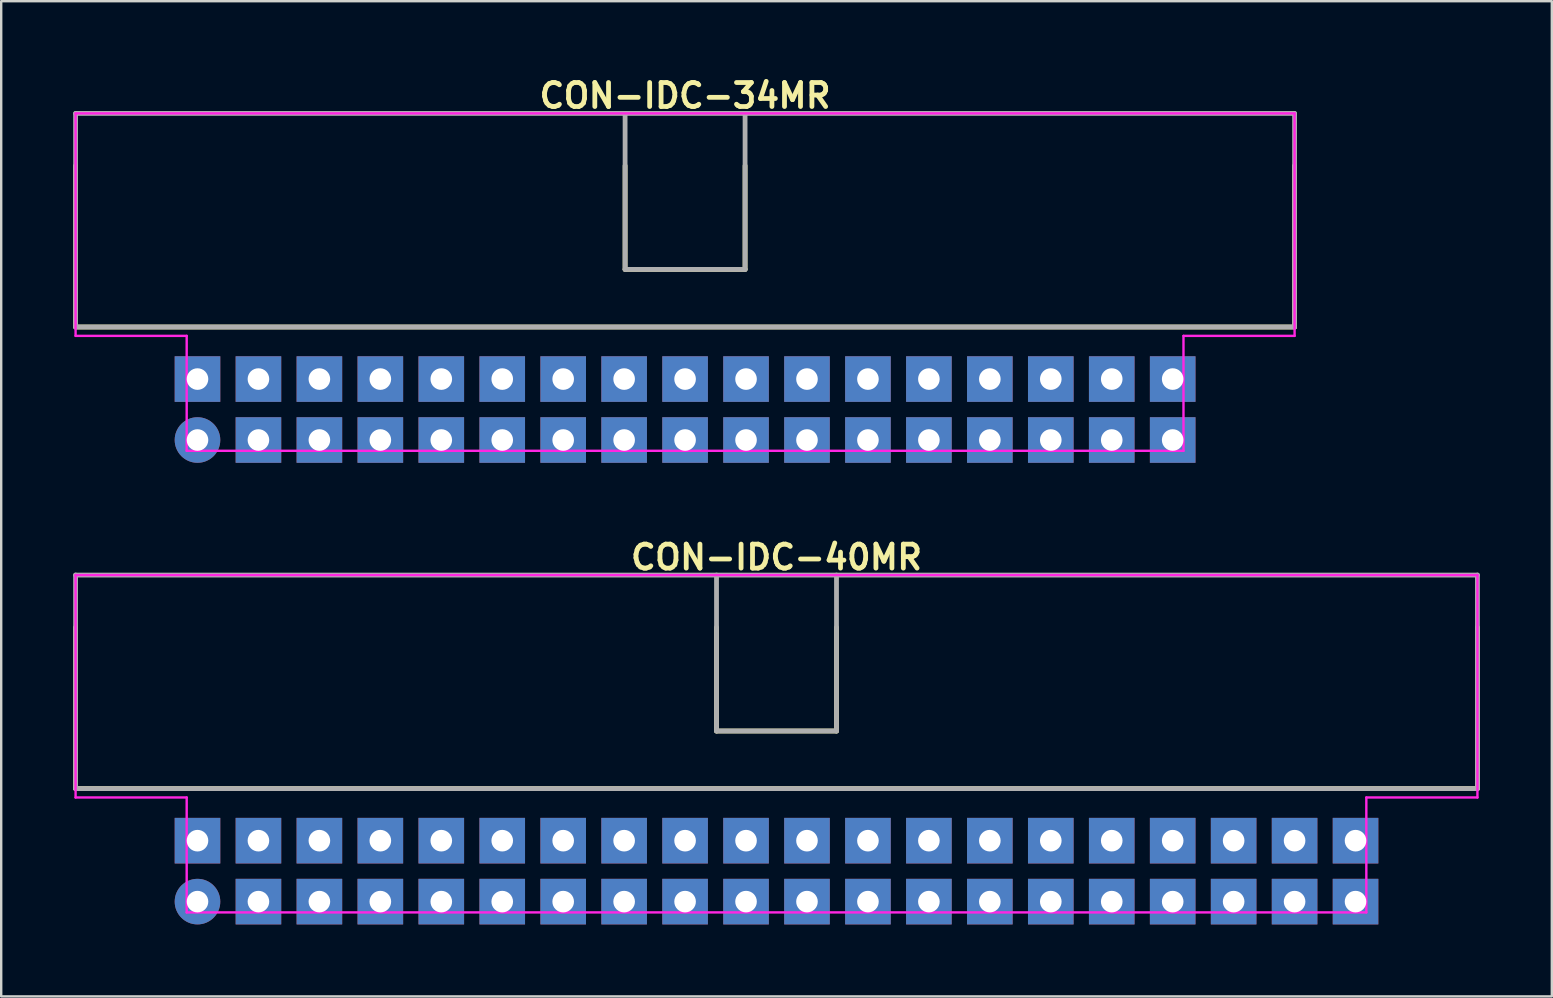
<source format=kicad_pcb>
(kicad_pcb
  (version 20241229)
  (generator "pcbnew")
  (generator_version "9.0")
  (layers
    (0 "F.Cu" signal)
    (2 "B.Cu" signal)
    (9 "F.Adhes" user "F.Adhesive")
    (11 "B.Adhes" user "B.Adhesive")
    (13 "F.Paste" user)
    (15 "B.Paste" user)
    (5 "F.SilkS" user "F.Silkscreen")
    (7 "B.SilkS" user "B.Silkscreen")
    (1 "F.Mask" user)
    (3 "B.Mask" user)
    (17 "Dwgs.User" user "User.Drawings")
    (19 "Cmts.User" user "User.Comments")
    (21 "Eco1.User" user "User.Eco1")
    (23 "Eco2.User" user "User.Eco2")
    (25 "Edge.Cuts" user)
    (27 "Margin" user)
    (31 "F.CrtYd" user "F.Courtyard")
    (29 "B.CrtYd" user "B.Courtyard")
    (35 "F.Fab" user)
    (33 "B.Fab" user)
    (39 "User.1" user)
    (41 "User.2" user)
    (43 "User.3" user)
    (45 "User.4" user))
  (footprint "CON-IDC-40MR"
    (layer "F.Cu")
    (at 29.31 33.254)
    (property "Reference" "CON-IDC-40MR" (at 0 -13.081 0) (layer "F.SilkS") (effects (font (size 1 1) (thickness 0.2))))
    (attr through_hole)
    (fp_line (start -29.21 -10.16) (end -29.21 -3.44) (stroke (width 0.2) (type solid)) (layer "F.SilkS"))
    (fp_line (start -29.21 -3.44) (end 29.21 -3.44) (stroke (width 0.2) (type solid)) (layer "F.SilkS"))
    (fp_line (start -2.5 -10.16) (end -2.5 -5.84) (stroke (width 0.2) (type solid)) (layer "F.SilkS"))
    (fp_line (start -2.5 -5.84) (end 2.5 -5.84) (stroke (width 0.2) (type solid)) (layer "F.SilkS"))
    (fp_line (start 2.5 -10.16) (end 2.5 -5.84) (stroke (width 0.2) (type solid)) (layer "F.SilkS"))
    (fp_line (start 29.21 -10.16) (end 29.21 -3.44) (stroke (width 0.2) (type solid)) (layer "F.SilkS"))
    (fp_line (start -29.21 -12.34) (end -29.21 -3.07) (stroke (width 0.1) (type solid)) (layer "F.CrtYd"))
    (fp_line (start -29.21 -12.34) (end 29.21 -12.34) (stroke (width 0.1) (type solid)) (layer "F.CrtYd"))
    (fp_line (start -29.21 -3.07) (end -24.58 -3.07) (stroke (width 0.1) (type solid)) (layer "F.CrtYd"))
    (fp_line (start -24.58 -3.07) (end -24.58 1.72) (stroke (width 0.1) (type solid)) (layer "F.CrtYd"))
    (fp_line (start -24.58 1.72) (end 24.58 1.72) (stroke (width 0.1) (type solid)) (layer "F.CrtYd"))
    (fp_line (start 24.58 -3.07) (end 24.58 1.72) (stroke (width 0.1) (type solid)) (layer "F.CrtYd"))
    (fp_line (start 24.58 -3.07) (end 29.21 -3.07) (stroke (width 0.1) (type solid)) (layer "F.CrtYd"))
    (fp_line (start 29.21 -12.34) (end 29.21 -3.07) (stroke (width 0.1) (type solid)) (layer "F.CrtYd"))
    (fp_line (start -29.21 -12.34) (end -29.21 -3.44) (stroke (width 0.2) (type solid)) (layer "F.Fab"))
    (fp_line (start -29.21 -12.34) (end 29.21 -12.34) (stroke (width 0.2) (type solid)) (layer "F.Fab"))
    (fp_line (start -29.21 -3.44) (end 29.21 -3.44) (stroke (width 0.2) (type solid)) (layer "F.Fab"))
    (fp_line (start -2.5 -12.34) (end -2.5 -5.84) (stroke (width 0.2) (type solid)) (layer "F.Fab"))
    (fp_line (start -2.5 -5.84) (end 2.5 -5.84) (stroke (width 0.2) (type solid)) (layer "F.Fab"))
    (fp_line (start 2.5 -12.34) (end 2.5 -5.84) (stroke (width 0.2) (type solid)) (layer "F.Fab"))
    (fp_line (start 29.21 -12.34) (end 29.21 -3.44) (stroke (width 0.2) (type solid)) (layer "F.Fab"))
    (pad "1" thru_hole circle (at -24.13 1.27) (size 1.9 1.9) (drill 0.9) (layers "B.Cu" "B.Mask"))
    (pad "2" thru_hole rect (at -24.13 -1.27) (size 1.9 1.9) (drill 0.9) (layers "B.Cu" "B.Mask"))
    (pad "3" thru_hole rect (at -21.59 1.27) (size 1.9 1.9) (drill 0.9) (layers "B.Cu" "B.Mask"))
    (pad "4" thru_hole rect (at -21.59 -1.27) (size 1.9 1.9) (drill 0.9) (layers "B.Cu" "B.Mask"))
    (pad "5" thru_hole rect (at -19.05 1.27) (size 1.9 1.9) (drill 0.9) (layers "B.Cu" "B.Mask"))
    (pad "6" thru_hole rect (at -19.05 -1.27) (size 1.9 1.9) (drill 0.9) (layers "B.Cu" "B.Mask"))
    (pad "7" thru_hole rect (at -16.51 1.27) (size 1.9 1.9) (drill 0.9) (layers "B.Cu" "B.Mask"))
    (pad "8" thru_hole rect (at -16.51 -1.27) (size 1.9 1.9) (drill 0.9) (layers "B.Cu" "B.Mask"))
    (pad "9" thru_hole rect (at -13.97 1.27) (size 1.9 1.9) (drill 0.9) (layers "B.Cu" "B.Mask"))
    (pad "10" thru_hole rect (at -13.97 -1.27) (size 1.9 1.9) (drill 0.9) (layers "B.Cu" "B.Mask"))
    (pad "11" thru_hole rect (at -11.43 1.27) (size 1.9 1.9) (drill 0.9) (layers "B.Cu" "B.Mask"))
    (pad "12" thru_hole rect (at -11.43 -1.27) (size 1.9 1.9) (drill 0.9) (layers "B.Cu" "B.Mask"))
    (pad "13" thru_hole rect (at -8.89 1.27) (size 1.9 1.9) (drill 0.9) (layers "B.Cu" "B.Mask"))
    (pad "14" thru_hole rect (at -8.89 -1.27) (size 1.9 1.9) (drill 0.9) (layers "B.Cu" "B.Mask"))
    (pad "15" thru_hole rect (at -6.35 1.27) (size 1.9 1.9) (drill 0.9) (layers "B.Cu" "B.Mask"))
    (pad "16" thru_hole rect (at -6.35 -1.27) (size 1.9 1.9) (drill 0.9) (layers "B.Cu" "B.Mask"))
    (pad "17" thru_hole rect (at -3.81 1.27) (size 1.9 1.9) (drill 0.9) (layers "B.Cu" "B.Mask"))
    (pad "18" thru_hole rect (at -3.81 -1.27) (size 1.9 1.9) (drill 0.9) (layers "B.Cu" "B.Mask"))
    (pad "19" thru_hole rect (at -1.27 1.27) (size 1.9 1.9) (drill 0.9) (layers "B.Cu" "B.Mask"))
    (pad "20" thru_hole rect (at -1.27 -1.27) (size 1.9 1.9) (drill 0.9) (layers "B.Cu" "B.Mask"))
    (pad "21" thru_hole rect (at 1.27 1.27) (size 1.9 1.9) (drill 0.9) (layers "B.Cu" "B.Mask"))
    (pad "22" thru_hole rect (at 1.27 -1.27) (size 1.9 1.9) (drill 0.9) (layers "B.Cu" "B.Mask"))
    (pad "23" thru_hole rect (at 3.81 1.27) (size 1.9 1.9) (drill 0.9) (layers "B.Cu" "B.Mask"))
    (pad "24" thru_hole rect (at 3.81 -1.27) (size 1.9 1.9) (drill 0.9) (layers "B.Cu" "B.Mask"))
    (pad "25" thru_hole rect (at 6.35 1.27) (size 1.9 1.9) (drill 0.9) (layers "B.Cu" "B.Mask"))
    (pad "26" thru_hole rect (at 6.35 -1.27) (size 1.9 1.9) (drill 0.9) (layers "B.Cu" "B.Mask"))
    (pad "27" thru_hole rect (at 8.89 1.27) (size 1.9 1.9) (drill 0.9) (layers "B.Cu" "B.Mask"))
    (pad "28" thru_hole rect (at 8.89 -1.27) (size 1.9 1.9) (drill 0.9) (layers "B.Cu" "B.Mask"))
    (pad "29" thru_hole rect (at 11.43 1.27) (size 1.9 1.9) (drill 0.9) (layers "B.Cu" "B.Mask"))
    (pad "30" thru_hole rect (at 11.43 -1.27) (size 1.9 1.9) (drill 0.9) (layers "B.Cu" "B.Mask"))
    (pad "31" thru_hole rect (at 13.97 1.27) (size 1.9 1.9) (drill 0.9) (layers "B.Cu" "B.Mask"))
    (pad "32" thru_hole rect (at 13.97 -1.27) (size 1.9 1.9) (drill 0.9) (layers "B.Cu" "B.Mask"))
    (pad "33" thru_hole rect (at 16.51 1.27) (size 1.9 1.9) (drill 0.9) (layers "B.Cu" "B.Mask"))
    (pad "34" thru_hole rect (at 16.51 -1.27) (size 1.9 1.9) (drill 0.9) (layers "B.Cu" "B.Mask"))
    (pad "35" thru_hole rect (at 19.05 1.27) (size 1.9 1.9) (drill 0.9) (layers "B.Cu" "B.Mask"))
    (pad "36" thru_hole rect (at 19.05 -1.27) (size 1.9 1.9) (drill 0.9) (layers "B.Cu" "B.Mask"))
    (pad "37" thru_hole rect (at 21.59 1.27) (size 1.9 1.9) (drill 0.9) (layers "B.Cu" "B.Mask"))
    (pad "38" thru_hole rect (at 21.59 -1.27) (size 1.9 1.9) (drill 0.9) (layers "B.Cu" "B.Mask"))
    (pad "39" thru_hole rect (at 24.13 1.27) (size 1.9 1.9) (drill 0.9) (layers "B.Cu" "B.Mask"))
    (pad "40" thru_hole rect (at 24.13 -1.27) (size 1.9 1.9) (drill 0.9) (layers "B.Cu" "B.Mask")))
  (footprint "CON-IDC-34MR"
    (layer "F.Cu")
    (at 25.5 14.017)
    (property "Reference" "CON-IDC-34MR" (at 0 -13.081 0) (layer "F.SilkS") (effects (font (size 1 1) (thickness 0.2))))
    (attr through_hole)
    (fp_line (start -25.4 -10.16) (end -25.4 -3.44) (stroke (width 0.2) (type solid)) (layer "F.SilkS"))
    (fp_line (start -25.4 -3.44) (end 25.4 -3.44) (stroke (width 0.2) (type solid)) (layer "F.SilkS"))
    (fp_line (start -2.5 -10.16) (end -2.5 -5.84) (stroke (width 0.2) (type solid)) (layer "F.SilkS"))
    (fp_line (start -2.5 -5.84) (end 2.5 -5.84) (stroke (width 0.2) (type solid)) (layer "F.SilkS"))
    (fp_line (start 2.5 -10.16) (end 2.5 -5.84) (stroke (width 0.2) (type solid)) (layer "F.SilkS"))
    (fp_line (start 25.4 -10.16) (end 25.4 -3.44) (stroke (width 0.2) (type solid)) (layer "F.SilkS"))
    (fp_line (start -25.4 -12.34) (end -25.4 -3.07) (stroke (width 0.1) (type solid)) (layer "F.CrtYd"))
    (fp_line (start -25.4 -12.34) (end 25.4 -12.34) (stroke (width 0.1) (type solid)) (layer "F.CrtYd"))
    (fp_line (start -25.4 -3.07) (end -20.77 -3.07) (stroke (width 0.1) (type solid)) (layer "F.CrtYd"))
    (fp_line (start -20.77 -3.07) (end -20.77 1.72) (stroke (width 0.1) (type solid)) (layer "F.CrtYd"))
    (fp_line (start -20.77 1.72) (end 20.77 1.72) (stroke (width 0.1) (type solid)) (layer "F.CrtYd"))
    (fp_line (start 20.77 -3.07) (end 20.77 1.72) (stroke (width 0.1) (type solid)) (layer "F.CrtYd"))
    (fp_line (start 20.77 -3.07) (end 25.4 -3.07) (stroke (width 0.1) (type solid)) (layer "F.CrtYd"))
    (fp_line (start 25.4 -12.34) (end 25.4 -3.07) (stroke (width 0.1) (type solid)) (layer "F.CrtYd"))
    (fp_line (start -25.4 -12.34) (end -25.4 -3.44) (stroke (width 0.2) (type solid)) (layer "F.Fab"))
    (fp_line (start -25.4 -12.34) (end 25.4 -12.34) (stroke (width 0.2) (type solid)) (layer "F.Fab"))
    (fp_line (start -25.4 -3.44) (end 25.4 -3.44) (stroke (width 0.2) (type solid)) (layer "F.Fab"))
    (fp_line (start -2.5 -12.34) (end -2.5 -5.84) (stroke (width 0.2) (type solid)) (layer "F.Fab"))
    (fp_line (start -2.5 -5.84) (end 2.5 -5.84) (stroke (width 0.2) (type solid)) (layer "F.Fab"))
    (fp_line (start 2.5 -12.34) (end 2.5 -5.84) (stroke (width 0.2) (type solid)) (layer "F.Fab"))
    (fp_line (start 25.4 -12.34) (end 25.4 -3.44) (stroke (width 0.2) (type solid)) (layer "F.Fab"))
    (pad "1" thru_hole circle (at -20.32 1.27) (size 1.9 1.9) (drill 0.9) (layers "B.Cu" "B.Mask"))
    (pad "2" thru_hole rect (at -20.32 -1.27) (size 1.9 1.9) (drill 0.9) (layers "B.Cu" "B.Mask"))
    (pad "3" thru_hole rect (at -17.78 1.27) (size 1.9 1.9) (drill 0.9) (layers "B.Cu" "B.Mask"))
    (pad "4" thru_hole rect (at -17.78 -1.27) (size 1.9 1.9) (drill 0.9) (layers "B.Cu" "B.Mask"))
    (pad "5" thru_hole rect (at -15.24 1.27) (size 1.9 1.9) (drill 0.9) (layers "B.Cu" "B.Mask"))
    (pad "6" thru_hole rect (at -15.24 -1.27) (size 1.9 1.9) (drill 0.9) (layers "B.Cu" "B.Mask"))
    (pad "7" thru_hole rect (at -12.7 1.27) (size 1.9 1.9) (drill 0.9) (layers "B.Cu" "B.Mask"))
    (pad "8" thru_hole rect (at -12.7 -1.27) (size 1.9 1.9) (drill 0.9) (layers "B.Cu" "B.Mask"))
    (pad "9" thru_hole rect (at -10.16 1.27) (size 1.9 1.9) (drill 0.9) (layers "B.Cu" "B.Mask"))
    (pad "10" thru_hole rect (at -10.16 -1.27) (size 1.9 1.9) (drill 0.9) (layers "B.Cu" "B.Mask"))
    (pad "11" thru_hole rect (at -7.62 1.27) (size 1.9 1.9) (drill 0.9) (layers "B.Cu" "B.Mask"))
    (pad "12" thru_hole rect (at -7.62 -1.27) (size 1.9 1.9) (drill 0.9) (layers "B.Cu" "B.Mask"))
    (pad "13" thru_hole rect (at -5.08 1.27) (size 1.9 1.9) (drill 0.9) (layers "B.Cu" "B.Mask"))
    (pad "14" thru_hole rect (at -5.08 -1.27) (size 1.9 1.9) (drill 0.9) (layers "B.Cu" "B.Mask"))
    (pad "15" thru_hole rect (at -2.54 1.27) (size 1.9 1.9) (drill 0.9) (layers "B.Cu" "B.Mask"))
    (pad "16" thru_hole rect (at -2.54 -1.27) (size 1.9 1.9) (drill 0.9) (layers "B.Cu" "B.Mask"))
    (pad "17" thru_hole rect (at 0 1.27) (size 1.9 1.9) (drill 0.9) (layers "B.Cu" "B.Mask"))
    (pad "18" thru_hole rect (at 0 -1.27) (size 1.9 1.9) (drill 0.9) (layers "B.Cu" "B.Mask"))
    (pad "19" thru_hole rect (at 2.54 1.27) (size 1.9 1.9) (drill 0.9) (layers "B.Cu" "B.Mask"))
    (pad "20" thru_hole rect (at 2.54 -1.27) (size 1.9 1.9) (drill 0.9) (layers "B.Cu" "B.Mask"))
    (pad "21" thru_hole rect (at 5.08 1.27) (size 1.9 1.9) (drill 0.9) (layers "B.Cu" "B.Mask"))
    (pad "22" thru_hole rect (at 5.08 -1.27) (size 1.9 1.9) (drill 0.9) (layers "B.Cu" "B.Mask"))
    (pad "23" thru_hole rect (at 7.62 1.27) (size 1.9 1.9) (drill 0.9) (layers "B.Cu" "B.Mask"))
    (pad "24" thru_hole rect (at 7.62 -1.27) (size 1.9 1.9) (drill 0.9) (layers "B.Cu" "B.Mask"))
    (pad "25" thru_hole rect (at 10.16 1.27) (size 1.9 1.9) (drill 0.9) (layers "B.Cu" "B.Mask"))
    (pad "26" thru_hole rect (at 10.16 -1.27) (size 1.9 1.9) (drill 0.9) (layers "B.Cu" "B.Mask"))
    (pad "27" thru_hole rect (at 12.7 1.27) (size 1.9 1.9) (drill 0.9) (layers "B.Cu" "B.Mask"))
    (pad "28" thru_hole rect (at 12.7 -1.27) (size 1.9 1.9) (drill 0.9) (layers "B.Cu" "B.Mask"))
    (pad "29" thru_hole rect (at 15.24 1.27) (size 1.9 1.9) (drill 0.9) (layers "B.Cu" "B.Mask"))
    (pad "30" thru_hole rect (at 15.24 -1.27) (size 1.9 1.9) (drill 0.9) (layers "B.Cu" "B.Mask"))
    (pad "31" thru_hole rect (at 17.78 1.27) (size 1.9 1.9) (drill 0.9) (layers "B.Cu" "B.Mask"))
    (pad "32" thru_hole rect (at 17.78 -1.27) (size 1.9 1.9) (drill 0.9) (layers "B.Cu" "B.Mask"))
    (pad "33" thru_hole rect (at 20.32 1.27) (size 1.9 1.9) (drill 0.9) (layers "B.Cu" "B.Mask"))
    (pad "34" thru_hole rect (at 20.32 -1.27) (size 1.9 1.9) (drill 0.9) (layers "B.Cu" "B.Mask")))
  (gr_rect
    (start -3 -3)
    (end 61.62 38.474)
    (stroke (width 0.1) (type default))
    (fill no)
    (layer "Edge.Cuts")))
</source>
